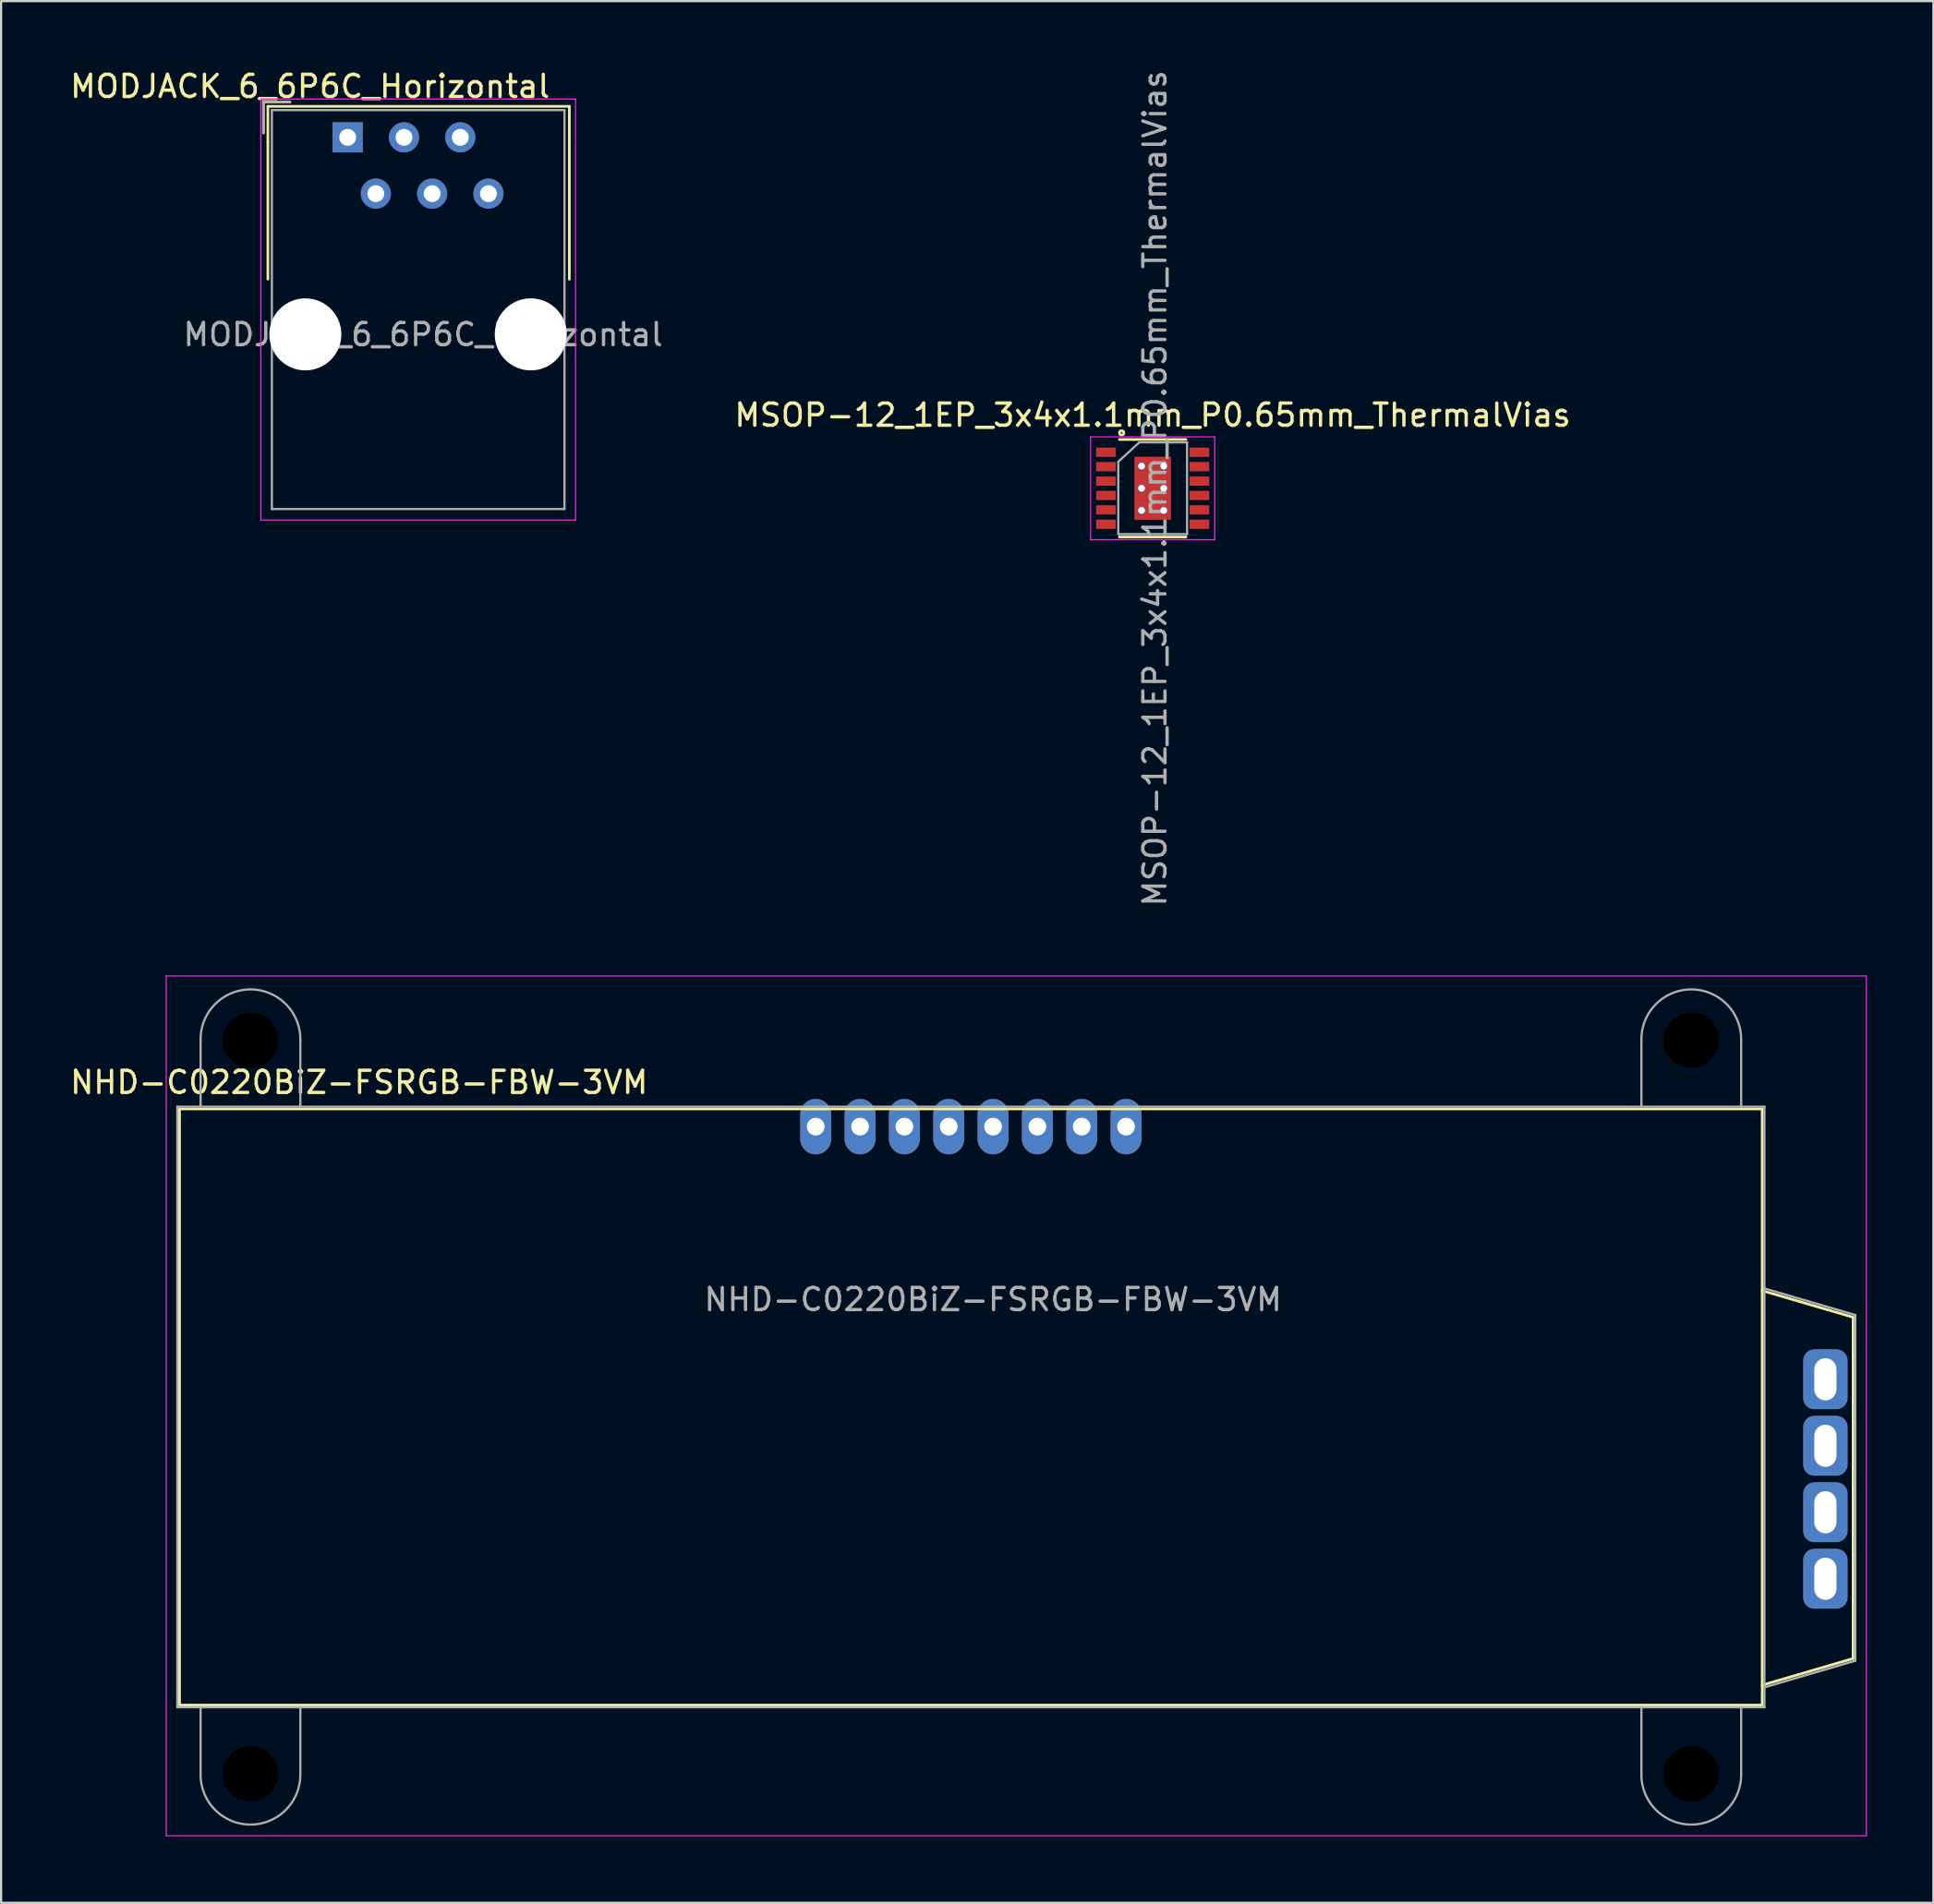
<source format=kicad_pcb>
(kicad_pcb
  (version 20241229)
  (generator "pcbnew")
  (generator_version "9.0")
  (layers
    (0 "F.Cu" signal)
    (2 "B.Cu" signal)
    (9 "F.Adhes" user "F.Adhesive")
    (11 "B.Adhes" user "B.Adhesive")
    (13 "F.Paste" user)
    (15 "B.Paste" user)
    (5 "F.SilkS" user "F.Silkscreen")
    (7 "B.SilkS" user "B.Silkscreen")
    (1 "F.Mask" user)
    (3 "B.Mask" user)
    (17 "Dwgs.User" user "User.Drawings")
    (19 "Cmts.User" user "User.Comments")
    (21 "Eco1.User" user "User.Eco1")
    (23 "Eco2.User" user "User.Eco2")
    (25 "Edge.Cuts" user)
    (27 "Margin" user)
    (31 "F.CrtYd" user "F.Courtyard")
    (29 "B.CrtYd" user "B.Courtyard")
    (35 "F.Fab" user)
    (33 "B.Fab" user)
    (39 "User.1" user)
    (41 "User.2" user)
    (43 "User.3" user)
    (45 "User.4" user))
  (footprint "NHD-C0220BiZ-FSRGB-FBW-3VM"
    (layer "F.Cu")
    (at 33.749 47.789)
    (property "Reference" "NHD-C0220BiZ-FSRGB-FBW-3VM" (at -20.6 -2 0) (unlocked yes) (layer "F.SilkS") (effects (font (size 1 1) (thickness 0.15))))
    (attr through_hole)
    (fp_line (start -28.7 -0.8) (end -28.7 26.1) (stroke (width 0.12) (type solid)) (layer "F.SilkS"))
    (fp_line (start -28.7 26.1) (end 42.7 26.1) (stroke (width 0.12) (type solid)) (layer "F.SilkS"))
    (fp_line (start 42.7 -0.8) (end -28.7 -0.8) (stroke (width 0.12) (type solid)) (layer "F.SilkS"))
    (fp_line (start 42.7 25.2) (end 46.8 24) (stroke (width 0.12) (type solid)) (layer "F.SilkS"))
    (fp_line (start 42.7 26.1) (end 42.7 -0.8) (stroke (width 0.12) (type solid)) (layer "F.SilkS"))
    (fp_line (start 46.8 8.6) (end 42.7 7.4) (stroke (width 0.12) (type solid)) (layer "F.SilkS"))
    (fp_line (start 46.8 24) (end 46.8 8.6) (stroke (width 0.12) (type solid)) (layer "F.SilkS"))
    (fp_line (start -29.3 -6.8) (end -29.3 32) (stroke (width 0.05) (type solid)) (layer "F.CrtYd"))
    (fp_line (start -29.3 -6.8) (end 47.4 -6.8) (stroke (width 0.05) (type solid)) (layer "F.CrtYd"))
    (fp_line (start -29.3 32) (end 47.4 32) (stroke (width 0.05) (type solid)) (layer "F.CrtYd"))
    (fp_line (start 47.4 -6.8) (end 47.4 32) (stroke (width 0.05) (type solid)) (layer "F.CrtYd"))
    (fp_line (start -28.8 -0.9) (end -28.8 26.2) (stroke (width 0.1) (type solid)) (layer "F.Fab"))
    (fp_line (start -28.8 -0.9) (end 42.8 -0.9) (stroke (width 0.1) (type solid)) (layer "F.Fab"))
    (fp_line (start -28.8 26.2) (end 42.8 26.2) (stroke (width 0.1) (type solid)) (layer "F.Fab"))
    (fp_line (start -27.75 -3.9) (end -27.75 -0.9) (stroke (width 0.1) (type solid)) (layer "F.Fab"))
    (fp_line (start -27.75 29.2) (end -27.75 26.2) (stroke (width 0.1) (type solid)) (layer "F.Fab"))
    (fp_line (start -23.25 -3.9) (end -23.25 -0.9) (stroke (width 0.1) (type solid)) (layer "F.Fab"))
    (fp_line (start -23.25 29.2) (end -23.25 26.2) (stroke (width 0.1) (type solid)) (layer "F.Fab"))
    (fp_line (start 37.25 -3.9) (end 37.25 -0.9) (stroke (width 0.1) (type solid)) (layer "F.Fab"))
    (fp_line (start 37.25 29.2) (end 37.25 26.2) (stroke (width 0.1) (type solid)) (layer "F.Fab"))
    (fp_line (start 41.75 -3.9) (end 41.75 -0.9) (stroke (width 0.1) (type solid)) (layer "F.Fab"))
    (fp_line (start 41.75 29.2) (end 41.75 26.2) (stroke (width 0.1) (type solid)) (layer "F.Fab"))
    (fp_line (start 42.8 -0.9) (end 42.8 26.2) (stroke (width 0.1) (type solid)) (layer "F.Fab"))
    (fp_line (start 46.9 8.5) (end 42.8 7.3) (stroke (width 0.1) (type solid)) (layer "F.Fab"))
    (fp_line (start 46.9 8.5) (end 46.9 24.1) (stroke (width 0.1) (type solid)) (layer "F.Fab"))
    (fp_line (start 46.9 24.1) (end 42.8 25.3) (stroke (width 0.1) (type solid)) (layer "F.Fab"))
    (fp_arc (start -27.75 -3.9) (mid -25.5 -6.191616) (end -23.25 -3.9) (stroke (width 0.1) (type solid)) (layer "F.Fab"))
    (fp_arc (start -23.25 29.2) (mid -25.5 31.491616) (end -27.75 29.2) (stroke (width 0.1) (type solid)) (layer "F.Fab"))
    (fp_arc (start 37.25 -3.9) (mid 39.5 -6.191616) (end 41.75 -3.9) (stroke (width 0.1) (type solid)) (layer "F.Fab"))
    (fp_arc (start 41.75 29.2) (mid 39.5 31.491616) (end 37.25 29.2) (stroke (width 0.1) (type solid)) (layer "F.Fab"))
    (fp_text user "${REFERENCE}" (at 8 7.8 0) (unlocked yes) (layer "F.Fab") (effects (font (size 1 1) (thickness 0.15))))
    (pad "" np_thru_hole circle (at -25.5 -3.9) (size 2.5 2.5) (drill 2.5) (layers "*.Mask"))
    (pad "" np_thru_hole circle (at -25.5 29.2) (size 2.5 2.5) (drill 2.5) (layers "*.Mask"))
    (pad "" np_thru_hole circle (at 39.5 -3.9) (size 2.5 2.5) (drill 2.5) (layers "*.Mask"))
    (pad "" np_thru_hole circle (at 39.5 29.2) (size 2.5 2.5) (drill 2.5) (layers "*.Mask"))
    (pad "1" thru_hole oval (at 0 0) (size 1.4 2.5) (drill 0.8) (layers "*.Cu" "*.Mask"))
    (pad "2" thru_hole oval (at 2 0) (size 1.4 2.5) (drill 0.8) (layers "*.Cu" "*.Mask"))
    (pad "3" thru_hole oval (at 4 0) (size 1.4 2.5) (drill 0.8) (layers "*.Cu" "*.Mask"))
    (pad "4" thru_hole oval (at 6 0) (size 1.4 2.5) (drill 0.8) (layers "*.Cu" "*.Mask"))
    (pad "5" thru_hole oval (at 8 0) (size 1.4 2.5) (drill 0.8) (layers "*.Cu" "*.Mask"))
    (pad "6" thru_hole oval (at 10 0) (size 1.4 2.5) (drill 0.8) (layers "*.Cu" "*.Mask"))
    (pad "7" thru_hole oval (at 12 0) (size 1.4 2.5) (drill 0.8) (layers "*.Cu" "*.Mask"))
    (pad "8" thru_hole oval (at 14 0) (size 1.4 2.5) (drill 0.8) (layers "*.Cu" "*.Mask"))
    (pad "A" thru_hole roundrect (at 45.55 11.4) (size 2 2.7) (drill oval 1 1.9) (layers "*.Cu" "*.Mask") (roundrect_rratio 0.25))
    (pad "BK" thru_hole roundrect (at 45.55 14.4) (size 2 2.7) (drill oval 1 1.9) (layers "*.Cu" "*.Mask") (roundrect_rratio 0.25))
    (pad "GK" thru_hole roundrect (at 45.55 17.4) (size 2 2.7) (drill oval 1 1.9) (layers "*.Cu" "*.Mask") (roundrect_rratio 0.25))
    (pad "RK" thru_hole roundrect (at 45.55 20.4) (size 2 2.7) (drill oval 1 1.9) (layers "*.Cu" "*.Mask") (roundrect_rratio 0.25)))
  (footprint "MODJACK_6_6P6C_Horizontal"
    (layer "F.Cu")
    (at 12.635 3.148)
    (property "Reference" "MODJACK_6_6P6C_Horizontal" (at -1.7 -2.3 0) (layer "F.SilkS") (effects (font (size 1 1) (thickness 0.15))))
    (attr through_hole)
    (fp_line (start -3.8 -1.6) (end -2.6 -1.6) (stroke (width 0.12) (type solid)) (layer "F.SilkS"))
    (fp_line (start -3.8 -0.2) (end -3.8 -1.6) (stroke (width 0.12) (type solid)) (layer "F.SilkS"))
    (fp_line (start -3.6 -1.4) (end 10 -1.4) (stroke (width 0.12) (type solid)) (layer "F.SilkS"))
    (fp_line (start -3.6 0.2) (end -3.6 -1.4) (stroke (width 0.12) (type solid)) (layer "F.SilkS"))
    (fp_line (start -3.6 0.2) (end -3.6 6.4) (stroke (width 0.12) (type solid)) (layer "F.SilkS"))
    (fp_line (start 10 -1.4) (end 10 0.2) (stroke (width 0.12) (type solid)) (layer "F.SilkS"))
    (fp_line (start 10 6.4) (end 10 0.2) (stroke (width 0.12) (type solid)) (layer "F.SilkS"))
    (fp_line (start -3.92 -1.73) (end 10.28 -1.73) (stroke (width 0.05) (type solid)) (layer "F.CrtYd"))
    (fp_line (start -3.92 17.27) (end -3.92 -1.73) (stroke (width 0.05) (type solid)) (layer "F.CrtYd"))
    (fp_line (start -3.92 17.27) (end 10.28 17.27) (stroke (width 0.05) (type solid)) (layer "F.CrtYd"))
    (fp_line (start 10.28 17.27) (end 10.28 -1.73) (stroke (width 0.05) (type solid)) (layer "F.CrtYd"))
    (fp_line (start -3.8 -1.6) (end -3.8 -0.2) (stroke (width 0.1) (type solid)) (layer "F.Fab"))
    (fp_line (start -3.42 -1.23) (end -3.42 16.77) (stroke (width 0.1) (type solid)) (layer "F.Fab"))
    (fp_line (start -3.42 16.77) (end 9.78 16.77) (stroke (width 0.1) (type solid)) (layer "F.Fab"))
    (fp_line (start -2.6 -1.6) (end -3.8 -1.6) (stroke (width 0.1) (type solid)) (layer "F.Fab"))
    (fp_line (start 9.78 -1.23) (end -3.42 -1.23) (stroke (width 0.1) (type solid)) (layer "F.Fab"))
    (fp_line (start 9.78 16.77) (end 9.78 -1.23) (stroke (width 0.1) (type solid)) (layer "F.Fab"))
    (fp_text user "${REFERENCE}" (at 3.4 8.9 0) (layer "F.Fab") (effects (font (size 1 1) (thickness 0.15))))
    (pad "" np_thru_hole circle (at -1.91 8.89) (size 3.25 3.25) (drill 3.25) (layers "*.Cu" "*.Mask"))
    (pad "" np_thru_hole circle (at 8.26 8.89) (size 3.25 3.25) (drill 3.25) (layers "*.Cu" "*.Mask"))
    (pad "1" thru_hole rect (at 0 0) (size 1.36 1.36) (drill 0.76) (layers "*.Cu" "*.Mask"))
    (pad "2" thru_hole circle (at 1.27 2.54) (size 1.36 1.36) (drill 0.76) (layers "*.Cu" "*.Mask"))
    (pad "3" thru_hole circle (at 2.54 0) (size 1.36 1.36) (drill 0.76) (layers "*.Cu" "*.Mask"))
    (pad "4" thru_hole circle (at 3.81 2.54) (size 1.36 1.36) (drill 0.76) (layers "*.Cu" "*.Mask"))
    (pad "5" thru_hole circle (at 5.08 0) (size 1.36 1.36) (drill 0.76) (layers "*.Cu" "*.Mask"))
    (pad "6" thru_hole circle (at 6.35 2.54) (size 1.36 1.36) (drill 0.76) (layers "*.Cu" "*.Mask")))
  (footprint "MSOP-12_1EP_3x4x1.1mm_P0.65mm_ThermalVias"
    (layer "F.Cu")
    (at 48.951 18.982)
    (property "Reference" "MSOP-12_1EP_3x4x1.1mm_P0.65mm_ThermalVias" (at 0 -3.3 0) (layer "F.SilkS") (effects (font (size 1 1) (thickness 0.15))))
    (attr smd)
    (fp_line (start 1.5 -2.2) (end -1.5 -2.2) (stroke (width 0.12) (type solid)) (layer "F.SilkS"))
    (fp_line (start 1.5 2.2) (end -1.5 2.2) (stroke (width 0.12) (type solid)) (layer "F.SilkS"))
    (fp_circle (center -1.4 -2.5) (end -1.4 -2.4) (stroke (width 0.12) (type solid)) (fill no) (layer "F.SilkS"))
    (fp_line (start -2.8 -2.32) (end 2.8 -2.32) (stroke (width 0.05) (type solid)) (layer "F.CrtYd"))
    (fp_line (start -2.8 2.32) (end -2.8 -2.32) (stroke (width 0.05) (type solid)) (layer "F.CrtYd"))
    (fp_line (start -2.8 2.32) (end 2.8 2.32) (stroke (width 0.05) (type solid)) (layer "F.CrtYd"))
    (fp_line (start 2.8 2.32) (end 2.8 -2.32) (stroke (width 0.05) (type solid)) (layer "F.CrtYd"))
    (fp_line (start -1.551 -1.2) (end -1.551 2.071) (stroke (width 0.1) (type solid)) (layer "F.Fab"))
    (fp_line (start -1.551 -1.2) (end -0.6 -2.071) (stroke (width 0.1) (type solid)) (layer "F.Fab"))
    (fp_line (start -1.551 2.071) (end 1.551 2.071) (stroke (width 0.1) (type solid)) (layer "F.Fab"))
    (fp_line (start -0.6 -2.071) (end 1.551 -2.071) (stroke (width 0.1) (type solid)) (layer "F.Fab"))
    (fp_line (start 1.551 2.071) (end 1.551 -2.071) (stroke (width 0.1) (type solid)) (layer "F.Fab"))
    (fp_text user "${REFERENCE}" (at 0.1 0 90) (layer "F.Fab") (effects (font (size 1 1) (thickness 0.15))))
    (pad "1" smd rect (at -2.106 -1.625) (size 0.889 0.42) (layers "F.Cu" "F.Mask" "F.Paste"))
    (pad "2" smd rect (at -2.106 -0.975) (size 0.889 0.42) (layers "F.Cu" "F.Mask" "F.Paste"))
    (pad "3" smd rect (at -2.106 -0.325) (size 0.889 0.42) (layers "F.Cu" "F.Mask" "F.Paste"))
    (pad "4" smd rect (at -2.106 0.325) (size 0.889 0.42) (layers "F.Cu" "F.Mask" "F.Paste"))
    (pad "5" smd rect (at -2.106 0.975) (size 0.889 0.42) (layers "F.Cu" "F.Mask" "F.Paste"))
    (pad "6" smd rect (at -2.106 1.625) (size 0.889 0.42) (layers "F.Cu" "F.Mask" "F.Paste"))
    (pad "7" smd rect (at 2.106 1.625) (size 0.889 0.42) (layers "F.Cu" "F.Mask" "F.Paste"))
    (pad "8" smd rect (at 2.106 0.975) (size 0.889 0.42) (layers "F.Cu" "F.Mask" "F.Paste"))
    (pad "9" smd rect (at 2.106 0.325) (size 0.889 0.42) (layers "F.Cu" "F.Mask" "F.Paste"))
    (pad "10" smd rect (at 2.106 -0.325) (size 0.889 0.42) (layers "F.Cu" "F.Mask" "F.Paste"))
    (pad "11" smd rect (at 2.106 -0.975) (size 0.889 0.42) (layers "F.Cu" "F.Mask" "F.Paste"))
    (pad "12" smd rect (at 2.106 -1.625) (size 0.889 0.42) (layers "F.Cu" "F.Mask" "F.Paste"))
    (pad "13" thru_hole circle (at -0.5 -1) (size 0.35 0.35) (drill 0.3) (layers "*.Cu" "*.Mask"))
    (pad "13" thru_hole circle (at -0.5 0) (size 0.35 0.35) (drill 0.3) (layers "*.Cu" "*.Mask"))
    (pad "13" thru_hole circle (at -0.5 1) (size 0.35 0.35) (drill 0.3) (layers "*.Cu" "*.Mask"))
    (pad "13" smd rect (at 0 0) (size 1.651 2.845) (layers "F.Cu" "F.Mask" "F.Paste"))
    (pad "13" thru_hole circle (at 0.5 -1) (size 0.35 0.35) (drill 0.3) (layers "*.Cu" "*.Mask"))
    (pad "13" thru_hole circle (at 0.5 0) (size 0.35 0.35) (drill 0.3) (layers "*.Cu" "*.Mask"))
    (pad "13" thru_hole circle (at 0.5 1) (size 0.35 0.35) (drill 0.3) (layers "*.Cu" "*.Mask")))
  (gr_rect
    (start -3 -3)
    (end 84.174 82.814)
    (stroke (width 0.1) (type default))
    (fill no)
    (layer "Edge.Cuts")))
</source>
